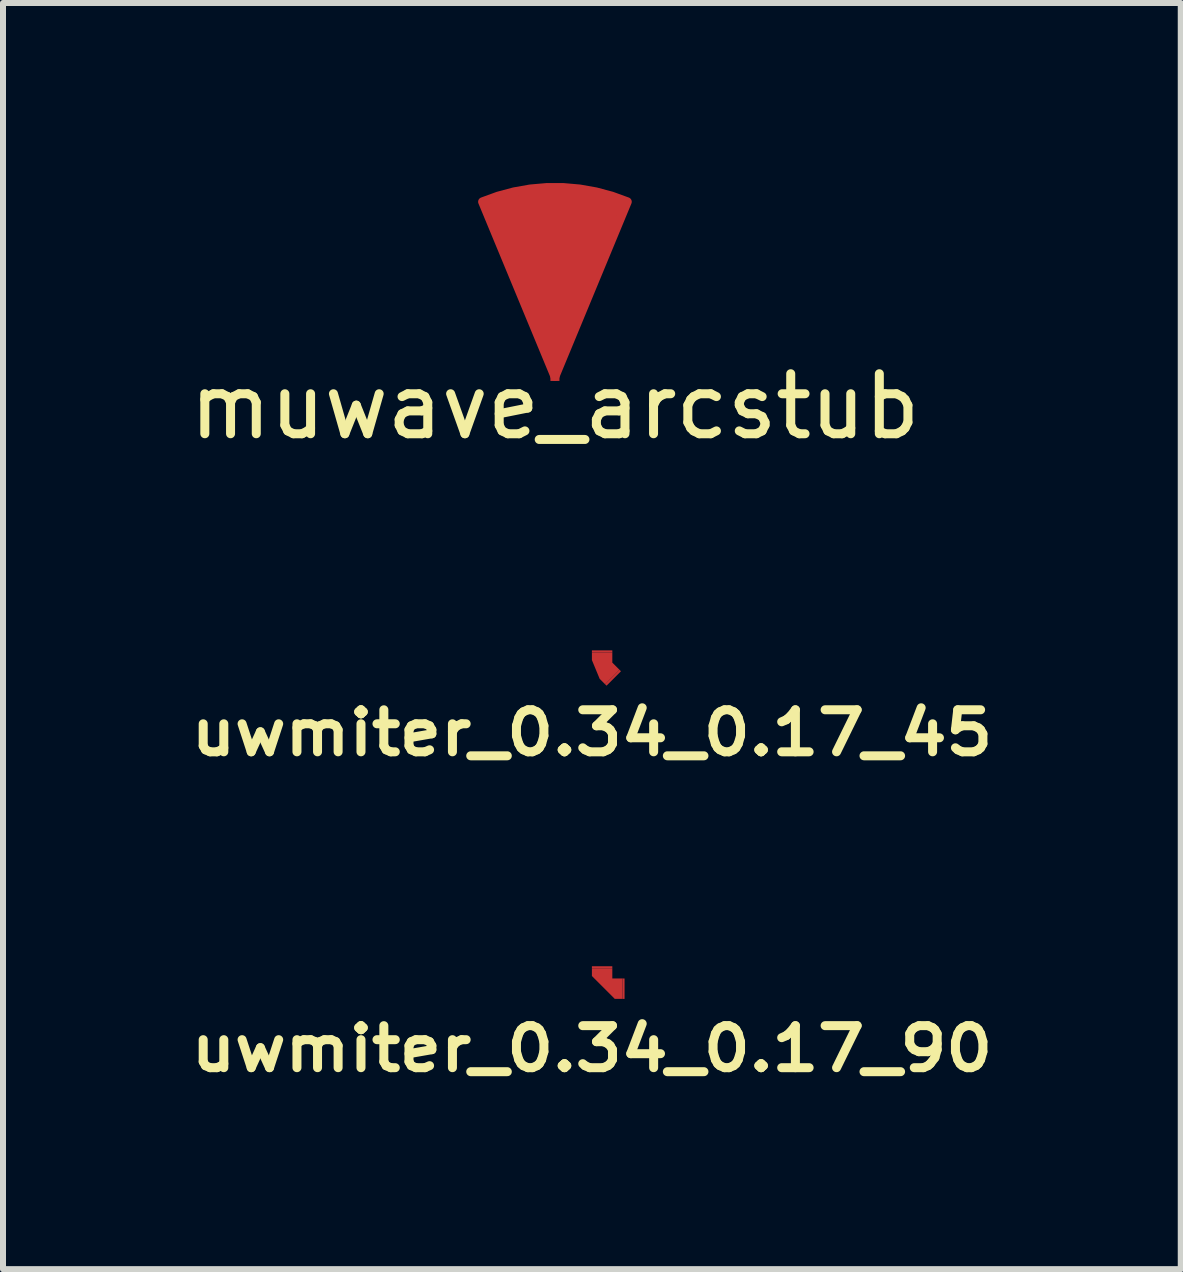
<source format=kicad_pcb>
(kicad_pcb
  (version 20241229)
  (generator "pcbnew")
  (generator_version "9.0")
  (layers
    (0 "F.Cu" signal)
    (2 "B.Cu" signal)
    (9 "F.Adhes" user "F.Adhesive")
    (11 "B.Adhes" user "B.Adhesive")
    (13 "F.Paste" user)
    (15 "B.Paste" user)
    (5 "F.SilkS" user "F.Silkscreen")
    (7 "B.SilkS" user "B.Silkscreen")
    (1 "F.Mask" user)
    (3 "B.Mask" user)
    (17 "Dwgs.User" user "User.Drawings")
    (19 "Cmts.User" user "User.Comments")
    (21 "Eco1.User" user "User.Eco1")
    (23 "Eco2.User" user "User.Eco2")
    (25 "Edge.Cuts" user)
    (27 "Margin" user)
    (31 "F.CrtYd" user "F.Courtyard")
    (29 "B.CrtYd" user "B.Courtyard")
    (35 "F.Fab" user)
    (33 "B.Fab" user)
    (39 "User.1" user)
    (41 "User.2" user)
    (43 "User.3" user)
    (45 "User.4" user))
  (footprint "muwave_arcstub"
    (layer "F.Cu")
    (at 6.196 3.222)
    (property "Reference" "muwave_arcstub" (at 0 0.5 0) (layer "F.SilkS") (effects (font (size 1 1) (thickness 0.15))))
    (attr through_hole)
    (fp_poly (pts (xy 0 0) (xy 1.205 -2.91) (xy 0.947 -3.004) (xy 0.682 -3.075) (xy 0.411 -3.123) (xy 0.137 -3.147) (xy -0.137 -3.147) (xy -0.411 -3.123) (xy -0.682 -3.075) (xy -0.947 -3.004) (xy -1.205 -2.91) (xy 0 0)) (stroke (width 0.15) (type solid)) (fill yes) (layer "F.Cu"))
    (pad "1" smd rect (at 0 0) (size 0.15 0.15) (layers "F.Cu")))
  (footprint "uwmiter_0.34_0.17_90"
    (layer "F.Cu")
    (at 6.812 13.083)
    (property "Reference" "uwmiter_0.34_0.17_90" (at 0 1.34 0) (layer "F.SilkS") (effects (font (size 0.7 0.8) (thickness 0.15))))
    (attr through_hole)
    (fp_poly (pts (xy 0 0) (xy 0.34 0) (xy 0.34 0.17) (xy 0.51 0.17) (xy 0.51 0.51) (xy 0.381 0.51) (xy 0 0.129) (xy 0 0)) (stroke (width 0) (type solid)) (fill yes) (layer "F.Cu"))
    (pad "1" smd rect (at 0.17 -0.017) (size 0.34 0.034) (layers "F.Cu"))
    (pad "2" smd rect (at 0.527 0.34) (size 0.034 0.34) (layers "F.Cu")))
  (footprint "uwmiter_0.34_0.17_45"
    (layer "F.Cu")
    (at 6.812 7.82)
    (property "Reference" "uwmiter_0.34_0.17_45" (at 0 1.34 0) (layer "F.SilkS") (effects (font (size 0.7 0.8) (thickness 0.15))))
    (attr through_hole)
    (fp_poly (pts (xy 0 0) (xy 0.34 0) (xy 0.34 0.17) (xy 0.46 0.29) (xy 0.22 0.531) (xy 0.129 0.44) (xy 0 0.128) (xy 0 0)) (stroke (width 0) (type solid)) (fill yes) (layer "F.Cu"))
    (pad "1" smd rect (at 0.17 -0.017) (size 0.34 0.034) (layers "F.Cu"))
    (pad "2" smd rect (at 0.352 0.422 315) (size 0.034 0.34) (layers "F.Cu")))
  (gr_rect
    (start -3 -3)
    (end 16.623 18.096)
    (stroke (width 0.1) (type default))
    (fill no)
    (layer "Edge.Cuts")))
</source>
